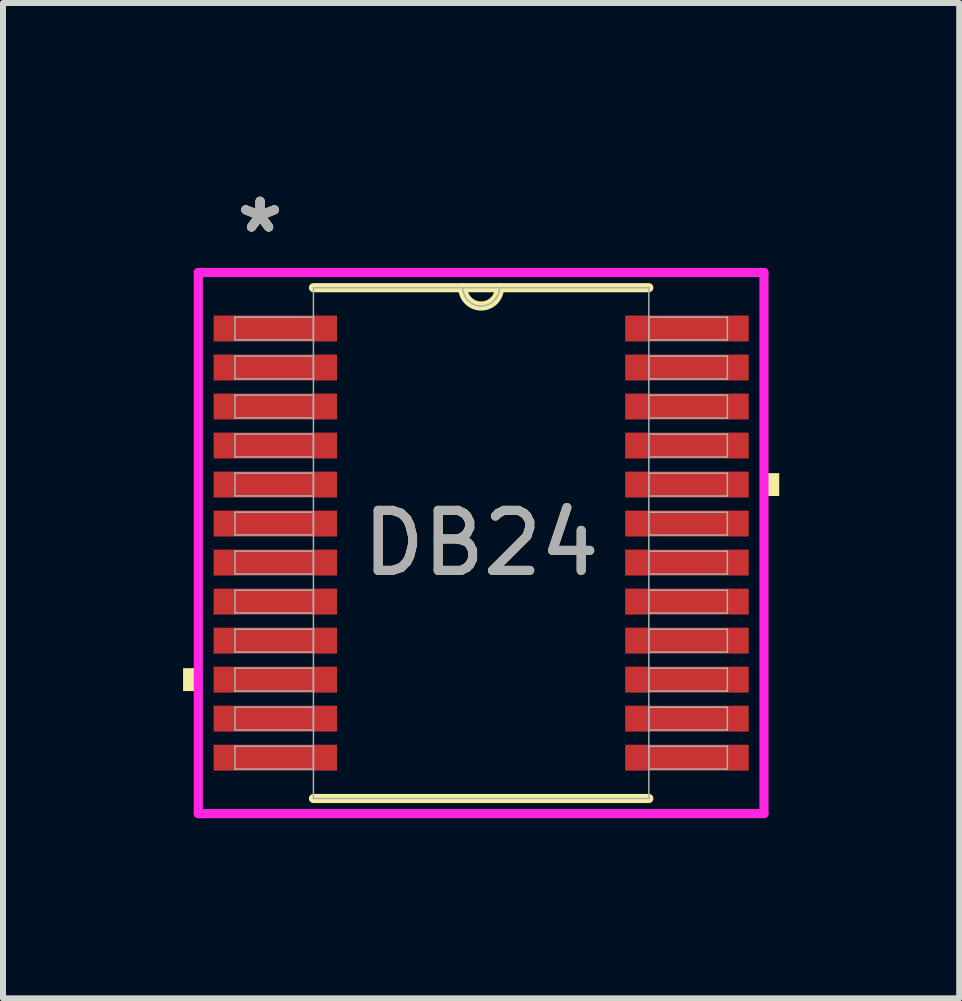
<source format=kicad_pcb>
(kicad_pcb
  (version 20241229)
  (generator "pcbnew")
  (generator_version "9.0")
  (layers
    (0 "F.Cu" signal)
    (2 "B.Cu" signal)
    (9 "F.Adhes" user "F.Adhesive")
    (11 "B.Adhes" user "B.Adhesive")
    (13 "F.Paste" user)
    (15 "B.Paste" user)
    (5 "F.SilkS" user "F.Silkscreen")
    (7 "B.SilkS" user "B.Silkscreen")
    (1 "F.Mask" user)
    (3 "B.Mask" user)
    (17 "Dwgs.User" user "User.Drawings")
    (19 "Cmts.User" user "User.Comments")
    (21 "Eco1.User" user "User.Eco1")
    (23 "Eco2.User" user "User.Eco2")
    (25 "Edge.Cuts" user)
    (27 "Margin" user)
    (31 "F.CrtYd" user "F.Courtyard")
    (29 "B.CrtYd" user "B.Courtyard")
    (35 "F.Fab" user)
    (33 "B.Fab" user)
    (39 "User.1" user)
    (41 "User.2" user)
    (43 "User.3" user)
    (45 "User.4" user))
  (footprint "DB24"
    (layer "F.Cu")
    (at 4.966 5.998)
    (property "Reference" "DB24" (at 0 0 0) (unlocked yes) (layer "F.SilkS") (effects (font (size 1 1) (thickness 0.15))))
    (attr smd)
    (fp_line (start -2.794 4.255) (end 2.794 4.255) (stroke (width 0.152) (type solid)) (layer "F.SilkS"))
    (fp_line (start 2.794 -4.255) (end -2.794 -4.255) (stroke (width 0.152) (type solid)) (layer "F.SilkS"))
    (fp_arc (start 0.3048 -4.2545) (mid 0 -3.9497) (end -0.3048 -4.2545) (stroke (width 0.1524) (type solid)) (layer "F.SilkS"))
    (fp_poly (pts (xy -4.966 2.084) (xy -4.966 2.465) (xy -4.712 2.465) (xy -4.712 2.084)) (stroke (width 0) (type solid)) (fill yes) (layer "F.SilkS"))
    (fp_poly (pts (xy 4.966 -1.165) (xy 4.966 -0.784) (xy 4.712 -0.784) (xy 4.712 -1.165)) (stroke (width 0) (type solid)) (fill yes) (layer "F.SilkS"))
    (fp_line (start -4.712 -4.508) (end 4.712 -4.508) (stroke (width 0.152) (type solid)) (layer "F.CrtYd"))
    (fp_line (start -4.712 4.508) (end -4.712 -4.508) (stroke (width 0.152) (type solid)) (layer "F.CrtYd"))
    (fp_line (start 4.712 -4.508) (end 4.712 4.508) (stroke (width 0.152) (type solid)) (layer "F.CrtYd"))
    (fp_line (start 4.712 4.508) (end -4.712 4.508) (stroke (width 0.152) (type solid)) (layer "F.CrtYd"))
    (fp_line (start -4.102 -3.765) (end -4.102 -3.385) (stroke (width 0.025) (type solid)) (layer "F.Fab"))
    (fp_line (start -4.102 -3.385) (end -2.794 -3.385) (stroke (width 0.025) (type solid)) (layer "F.Fab"))
    (fp_line (start -4.102 -3.116) (end -4.102 -2.735) (stroke (width 0.025) (type solid)) (layer "F.Fab"))
    (fp_line (start -4.102 -2.735) (end -2.794 -2.735) (stroke (width 0.025) (type solid)) (layer "F.Fab"))
    (fp_line (start -4.102 -2.466) (end -4.102 -2.085) (stroke (width 0.025) (type solid)) (layer "F.Fab"))
    (fp_line (start -4.102 -2.085) (end -2.794 -2.085) (stroke (width 0.025) (type solid)) (layer "F.Fab"))
    (fp_line (start -4.102 -1.816) (end -4.102 -1.435) (stroke (width 0.025) (type solid)) (layer "F.Fab"))
    (fp_line (start -4.102 -1.435) (end -2.794 -1.435) (stroke (width 0.025) (type solid)) (layer "F.Fab"))
    (fp_line (start -4.102 -1.166) (end -4.102 -0.785) (stroke (width 0.025) (type solid)) (layer "F.Fab"))
    (fp_line (start -4.102 -0.785) (end -2.794 -0.785) (stroke (width 0.025) (type solid)) (layer "F.Fab"))
    (fp_line (start -4.102 -0.516) (end -4.102 -0.135) (stroke (width 0.025) (type solid)) (layer "F.Fab"))
    (fp_line (start -4.102 -0.135) (end -2.794 -0.135) (stroke (width 0.025) (type solid)) (layer "F.Fab"))
    (fp_line (start -4.102 0.134) (end -4.102 0.515) (stroke (width 0.025) (type solid)) (layer "F.Fab"))
    (fp_line (start -4.102 0.515) (end -2.794 0.515) (stroke (width 0.025) (type solid)) (layer "F.Fab"))
    (fp_line (start -4.102 0.784) (end -4.102 1.165) (stroke (width 0.025) (type solid)) (layer "F.Fab"))
    (fp_line (start -4.102 1.165) (end -2.794 1.165) (stroke (width 0.025) (type solid)) (layer "F.Fab"))
    (fp_line (start -4.102 1.434) (end -4.102 1.815) (stroke (width 0.025) (type solid)) (layer "F.Fab"))
    (fp_line (start -4.102 1.815) (end -2.794 1.815) (stroke (width 0.025) (type solid)) (layer "F.Fab"))
    (fp_line (start -4.102 2.084) (end -4.102 2.465) (stroke (width 0.025) (type solid)) (layer "F.Fab"))
    (fp_line (start -4.102 2.465) (end -2.794 2.465) (stroke (width 0.025) (type solid)) (layer "F.Fab"))
    (fp_line (start -4.102 2.734) (end -4.102 3.115) (stroke (width 0.025) (type solid)) (layer "F.Fab"))
    (fp_line (start -4.102 3.115) (end -2.794 3.115) (stroke (width 0.025) (type solid)) (layer "F.Fab"))
    (fp_line (start -4.102 3.384) (end -4.102 3.765) (stroke (width 0.025) (type solid)) (layer "F.Fab"))
    (fp_line (start -4.102 3.765) (end -2.794 3.765) (stroke (width 0.025) (type solid)) (layer "F.Fab"))
    (fp_line (start -2.794 -4.255) (end -2.794 4.255) (stroke (width 0.025) (type solid)) (layer "F.Fab"))
    (fp_line (start -2.794 -3.765) (end -4.102 -3.765) (stroke (width 0.025) (type solid)) (layer "F.Fab"))
    (fp_line (start -2.794 -3.385) (end -2.794 -3.765) (stroke (width 0.025) (type solid)) (layer "F.Fab"))
    (fp_line (start -2.794 -3.116) (end -4.102 -3.116) (stroke (width 0.025) (type solid)) (layer "F.Fab"))
    (fp_line (start -2.794 -2.735) (end -2.794 -3.116) (stroke (width 0.025) (type solid)) (layer "F.Fab"))
    (fp_line (start -2.794 -2.466) (end -4.102 -2.466) (stroke (width 0.025) (type solid)) (layer "F.Fab"))
    (fp_line (start -2.794 -2.085) (end -2.794 -2.466) (stroke (width 0.025) (type solid)) (layer "F.Fab"))
    (fp_line (start -2.794 -1.816) (end -4.102 -1.816) (stroke (width 0.025) (type solid)) (layer "F.Fab"))
    (fp_line (start -2.794 -1.435) (end -2.794 -1.816) (stroke (width 0.025) (type solid)) (layer "F.Fab"))
    (fp_line (start -2.794 -1.166) (end -4.102 -1.166) (stroke (width 0.025) (type solid)) (layer "F.Fab"))
    (fp_line (start -2.794 -0.785) (end -2.794 -1.166) (stroke (width 0.025) (type solid)) (layer "F.Fab"))
    (fp_line (start -2.794 -0.516) (end -4.102 -0.516) (stroke (width 0.025) (type solid)) (layer "F.Fab"))
    (fp_line (start -2.794 -0.135) (end -2.794 -0.516) (stroke (width 0.025) (type solid)) (layer "F.Fab"))
    (fp_line (start -2.794 0.134) (end -4.102 0.134) (stroke (width 0.025) (type solid)) (layer "F.Fab"))
    (fp_line (start -2.794 0.515) (end -2.794 0.134) (stroke (width 0.025) (type solid)) (layer "F.Fab"))
    (fp_line (start -2.794 0.784) (end -4.102 0.784) (stroke (width 0.025) (type solid)) (layer "F.Fab"))
    (fp_line (start -2.794 1.165) (end -2.794 0.784) (stroke (width 0.025) (type solid)) (layer "F.Fab"))
    (fp_line (start -2.794 1.434) (end -4.102 1.434) (stroke (width 0.025) (type solid)) (layer "F.Fab"))
    (fp_line (start -2.794 1.815) (end -2.794 1.434) (stroke (width 0.025) (type solid)) (layer "F.Fab"))
    (fp_line (start -2.794 2.084) (end -4.102 2.084) (stroke (width 0.025) (type solid)) (layer "F.Fab"))
    (fp_line (start -2.794 2.465) (end -2.794 2.084) (stroke (width 0.025) (type solid)) (layer "F.Fab"))
    (fp_line (start -2.794 2.734) (end -4.102 2.734) (stroke (width 0.025) (type solid)) (layer "F.Fab"))
    (fp_line (start -2.794 3.115) (end -2.794 2.734) (stroke (width 0.025) (type solid)) (layer "F.Fab"))
    (fp_line (start -2.794 3.384) (end -4.102 3.384) (stroke (width 0.025) (type solid)) (layer "F.Fab"))
    (fp_line (start -2.794 3.765) (end -2.794 3.384) (stroke (width 0.025) (type solid)) (layer "F.Fab"))
    (fp_line (start -2.794 4.255) (end 2.794 4.255) (stroke (width 0.025) (type solid)) (layer "F.Fab"))
    (fp_line (start 2.794 -4.255) (end -2.794 -4.255) (stroke (width 0.025) (type solid)) (layer "F.Fab"))
    (fp_line (start 2.794 -3.765) (end 2.794 -3.384) (stroke (width 0.025) (type solid)) (layer "F.Fab"))
    (fp_line (start 2.794 -3.384) (end 4.102 -3.384) (stroke (width 0.025) (type solid)) (layer "F.Fab"))
    (fp_line (start 2.794 -3.115) (end 2.794 -2.734) (stroke (width 0.025) (type solid)) (layer "F.Fab"))
    (fp_line (start 2.794 -2.734) (end 4.102 -2.734) (stroke (width 0.025) (type solid)) (layer "F.Fab"))
    (fp_line (start 2.794 -2.465) (end 2.794 -2.084) (stroke (width 0.025) (type solid)) (layer "F.Fab"))
    (fp_line (start 2.794 -2.084) (end 4.102 -2.084) (stroke (width 0.025) (type solid)) (layer "F.Fab"))
    (fp_line (start 2.794 -1.815) (end 2.794 -1.434) (stroke (width 0.025) (type solid)) (layer "F.Fab"))
    (fp_line (start 2.794 -1.434) (end 4.102 -1.434) (stroke (width 0.025) (type solid)) (layer "F.Fab"))
    (fp_line (start 2.794 -1.165) (end 2.794 -0.784) (stroke (width 0.025) (type solid)) (layer "F.Fab"))
    (fp_line (start 2.794 -0.784) (end 4.102 -0.784) (stroke (width 0.025) (type solid)) (layer "F.Fab"))
    (fp_line (start 2.794 -0.515) (end 2.794 -0.134) (stroke (width 0.025) (type solid)) (layer "F.Fab"))
    (fp_line (start 2.794 -0.134) (end 4.102 -0.134) (stroke (width 0.025) (type solid)) (layer "F.Fab"))
    (fp_line (start 2.794 0.135) (end 2.794 0.516) (stroke (width 0.025) (type solid)) (layer "F.Fab"))
    (fp_line (start 2.794 0.516) (end 4.102 0.516) (stroke (width 0.025) (type solid)) (layer "F.Fab"))
    (fp_line (start 2.794 0.785) (end 2.794 1.166) (stroke (width 0.025) (type solid)) (layer "F.Fab"))
    (fp_line (start 2.794 1.166) (end 4.102 1.166) (stroke (width 0.025) (type solid)) (layer "F.Fab"))
    (fp_line (start 2.794 1.435) (end 2.794 1.816) (stroke (width 0.025) (type solid)) (layer "F.Fab"))
    (fp_line (start 2.794 1.816) (end 4.102 1.816) (stroke (width 0.025) (type solid)) (layer "F.Fab"))
    (fp_line (start 2.794 2.084) (end 2.794 2.466) (stroke (width 0.025) (type solid)) (layer "F.Fab"))
    (fp_line (start 2.794 2.466) (end 4.102 2.466) (stroke (width 0.025) (type solid)) (layer "F.Fab"))
    (fp_line (start 2.794 2.735) (end 2.794 3.115) (stroke (width 0.025) (type solid)) (layer "F.Fab"))
    (fp_line (start 2.794 3.115) (end 4.102 3.115) (stroke (width 0.025) (type solid)) (layer "F.Fab"))
    (fp_line (start 2.794 3.385) (end 2.794 3.765) (stroke (width 0.025) (type solid)) (layer "F.Fab"))
    (fp_line (start 2.794 3.765) (end 4.102 3.765) (stroke (width 0.025) (type solid)) (layer "F.Fab"))
    (fp_line (start 2.794 4.255) (end 2.794 -4.255) (stroke (width 0.025) (type solid)) (layer "F.Fab"))
    (fp_line (start 4.102 -3.765) (end 2.794 -3.765) (stroke (width 0.025) (type solid)) (layer "F.Fab"))
    (fp_line (start 4.102 -3.384) (end 4.102 -3.765) (stroke (width 0.025) (type solid)) (layer "F.Fab"))
    (fp_line (start 4.102 -3.115) (end 2.794 -3.115) (stroke (width 0.025) (type solid)) (layer "F.Fab"))
    (fp_line (start 4.102 -2.734) (end 4.102 -3.115) (stroke (width 0.025) (type solid)) (layer "F.Fab"))
    (fp_line (start 4.102 -2.465) (end 2.794 -2.465) (stroke (width 0.025) (type solid)) (layer "F.Fab"))
    (fp_line (start 4.102 -2.084) (end 4.102 -2.465) (stroke (width 0.025) (type solid)) (layer "F.Fab"))
    (fp_line (start 4.102 -1.815) (end 2.794 -1.815) (stroke (width 0.025) (type solid)) (layer "F.Fab"))
    (fp_line (start 4.102 -1.434) (end 4.102 -1.815) (stroke (width 0.025) (type solid)) (layer "F.Fab"))
    (fp_line (start 4.102 -1.165) (end 2.794 -1.165) (stroke (width 0.025) (type solid)) (layer "F.Fab"))
    (fp_line (start 4.102 -0.784) (end 4.102 -1.165) (stroke (width 0.025) (type solid)) (layer "F.Fab"))
    (fp_line (start 4.102 -0.515) (end 2.794 -0.515) (stroke (width 0.025) (type solid)) (layer "F.Fab"))
    (fp_line (start 4.102 -0.134) (end 4.102 -0.515) (stroke (width 0.025) (type solid)) (layer "F.Fab"))
    (fp_line (start 4.102 0.135) (end 2.794 0.135) (stroke (width 0.025) (type solid)) (layer "F.Fab"))
    (fp_line (start 4.102 0.516) (end 4.102 0.135) (stroke (width 0.025) (type solid)) (layer "F.Fab"))
    (fp_line (start 4.102 0.785) (end 2.794 0.785) (stroke (width 0.025) (type solid)) (layer "F.Fab"))
    (fp_line (start 4.102 1.166) (end 4.102 0.785) (stroke (width 0.025) (type solid)) (layer "F.Fab"))
    (fp_line (start 4.102 1.435) (end 2.794 1.435) (stroke (width 0.025) (type solid)) (layer "F.Fab"))
    (fp_line (start 4.102 1.816) (end 4.102 1.435) (stroke (width 0.025) (type solid)) (layer "F.Fab"))
    (fp_line (start 4.102 2.084) (end 2.794 2.084) (stroke (width 0.025) (type solid)) (layer "F.Fab"))
    (fp_line (start 4.102 2.466) (end 4.102 2.084) (stroke (width 0.025) (type solid)) (layer "F.Fab"))
    (fp_line (start 4.102 2.735) (end 2.794 2.735) (stroke (width 0.025) (type solid)) (layer "F.Fab"))
    (fp_line (start 4.102 3.115) (end 4.102 2.735) (stroke (width 0.025) (type solid)) (layer "F.Fab"))
    (fp_line (start 4.102 3.385) (end 2.794 3.385) (stroke (width 0.025) (type solid)) (layer "F.Fab"))
    (fp_line (start 4.102 3.765) (end 4.102 3.385) (stroke (width 0.025) (type solid)) (layer "F.Fab"))
    (fp_arc (start 0.3048 -4.2545) (mid 0 -3.9497) (end -0.3048 -4.2545) (stroke (width 0.0254) (type solid)) (layer "F.Fab"))
    (fp_text user "*" (at -3.683 -5.15 0) (layer "F.SilkS") (effects (font (size 1 1) (thickness 0.15))))
    (fp_text user "*" (at -3.683 -5.15 0) (unlocked yes) (layer "F.SilkS") (effects (font (size 1 1) (thickness 0.15))))
    (fp_text user "*" (at -3.683 -5.15 0) (layer "F.Fab") (effects (font (size 1 1) (thickness 0.15))))
    (fp_text user "${REFERENCE}" (at 0 0 0) (unlocked yes) (layer "F.Fab") (effects (font (size 1 1) (thickness 0.15))))
    (fp_text user "*" (at -3.683 -5.15 0) (unlocked yes) (layer "F.Fab") (effects (font (size 1 1) (thickness 0.15))))
    (pad "1" smd rect (at -3.429 -3.575) (size 2.057 0.432) (layers "F.Cu" "F.Mask" "F.Paste"))
    (pad "2" smd rect (at -3.429 -2.925) (size 2.057 0.432) (layers "F.Cu" "F.Mask" "F.Paste"))
    (pad "3" smd rect (at -3.429 -2.275) (size 2.057 0.432) (layers "F.Cu" "F.Mask" "F.Paste"))
    (pad "4" smd rect (at -3.429 -1.625) (size 2.057 0.432) (layers "F.Cu" "F.Mask" "F.Paste"))
    (pad "5" smd rect (at -3.429 -0.975) (size 2.057 0.432) (layers "F.Cu" "F.Mask" "F.Paste"))
    (pad "6" smd rect (at -3.429 -0.325) (size 2.057 0.432) (layers "F.Cu" "F.Mask" "F.Paste"))
    (pad "7" smd rect (at -3.429 0.325) (size 2.057 0.432) (layers "F.Cu" "F.Mask" "F.Paste"))
    (pad "8" smd rect (at -3.429 0.975) (size 2.057 0.432) (layers "F.Cu" "F.Mask" "F.Paste"))
    (pad "9" smd rect (at -3.429 1.625) (size 2.057 0.432) (layers "F.Cu" "F.Mask" "F.Paste"))
    (pad "10" smd rect (at -3.429 2.275) (size 2.057 0.432) (layers "F.Cu" "F.Mask" "F.Paste"))
    (pad "11" smd rect (at -3.429 2.925) (size 2.057 0.432) (layers "F.Cu" "F.Mask" "F.Paste"))
    (pad "12" smd rect (at -3.429 3.575) (size 2.057 0.432) (layers "F.Cu" "F.Mask" "F.Paste"))
    (pad "13" smd rect (at 3.429 3.575) (size 2.057 0.432) (layers "F.Cu" "F.Mask" "F.Paste"))
    (pad "14" smd rect (at 3.429 2.925) (size 2.057 0.432) (layers "F.Cu" "F.Mask" "F.Paste"))
    (pad "15" smd rect (at 3.429 2.275) (size 2.057 0.432) (layers "F.Cu" "F.Mask" "F.Paste"))
    (pad "16" smd rect (at 3.429 1.625) (size 2.057 0.432) (layers "F.Cu" "F.Mask" "F.Paste"))
    (pad "17" smd rect (at 3.429 0.975) (size 2.057 0.432) (layers "F.Cu" "F.Mask" "F.Paste"))
    (pad "18" smd rect (at 3.429 0.325) (size 2.057 0.432) (layers "F.Cu" "F.Mask" "F.Paste"))
    (pad "19" smd rect (at 3.429 -0.325) (size 2.057 0.432) (layers "F.Cu" "F.Mask" "F.Paste"))
    (pad "20" smd rect (at 3.429 -0.975) (size 2.057 0.432) (layers "F.Cu" "F.Mask" "F.Paste"))
    (pad "21" smd rect (at 3.429 -1.625) (size 2.057 0.432) (layers "F.Cu" "F.Mask" "F.Paste"))
    (pad "22" smd rect (at 3.429 -2.275) (size 2.057 0.432) (layers "F.Cu" "F.Mask" "F.Paste"))
    (pad "23" smd rect (at 3.429 -2.925) (size 2.057 0.432) (layers "F.Cu" "F.Mask" "F.Paste"))
    (pad "24" smd rect (at 3.429 -3.575) (size 2.057 0.432) (layers "F.Cu" "F.Mask" "F.Paste")))
  (gr_rect
    (start -3 -3)
    (end 12.931 13.583)
    (stroke (width 0.1) (type default))
    (fill no)
    (layer "Edge.Cuts")))
</source>
